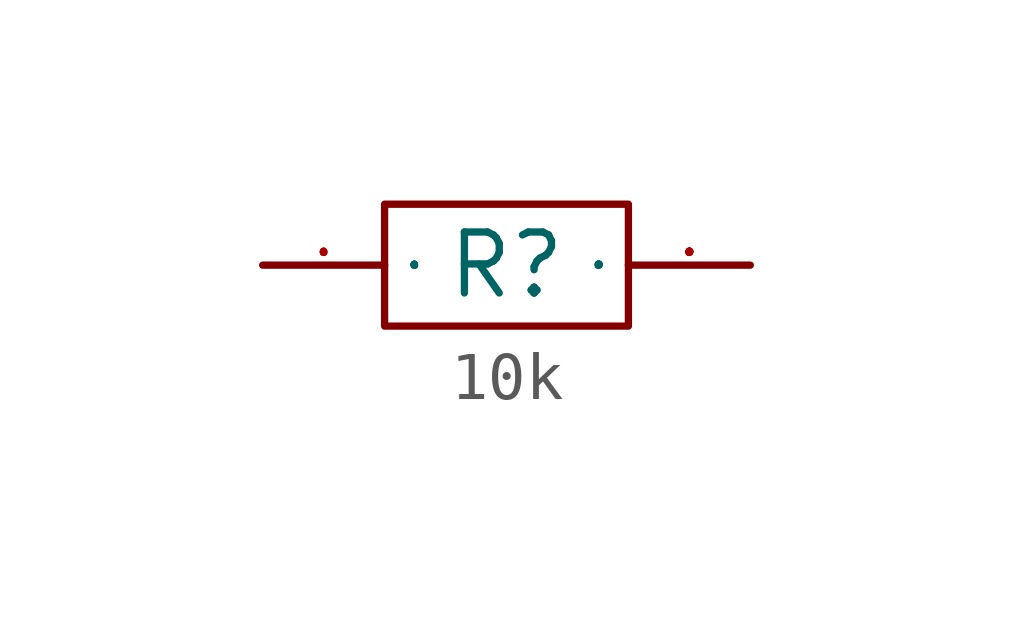
<source format=kicad_sym>
(kicad_symbol_lib
  (version 20231120)
  (generator "kicad_symbol_editor")
  (generator_version "8.0")
  (symbol "10k"
    (property "Reference" "R"
      (at 0 0 0)
      (effects (font (size 1.27 1.27))))
    (property "Value" ""
      (at 0 0 0)
      (effects (font (size 1.27 1.27))))
    (symbol "10k_1_0"
      (rectangle (start -2.54 -1.27) (end 2.54 1.27) (stroke (width 0) (type default)) (fill (type none)))
      (pin unspecified line (at -5.08 0 0) (length 2.54) (name "1" (effects (font (size 0.025 0.025)))) (number "1" (effects (font (size 0.025 0.025)))))
      (pin unspecified line (at 5.08 0 180) (length 2.54) (name "2" (effects (font (size 0.025 0.025)))) (number "2" (effects (font (size 0.025 0.025))))))))
</source>
